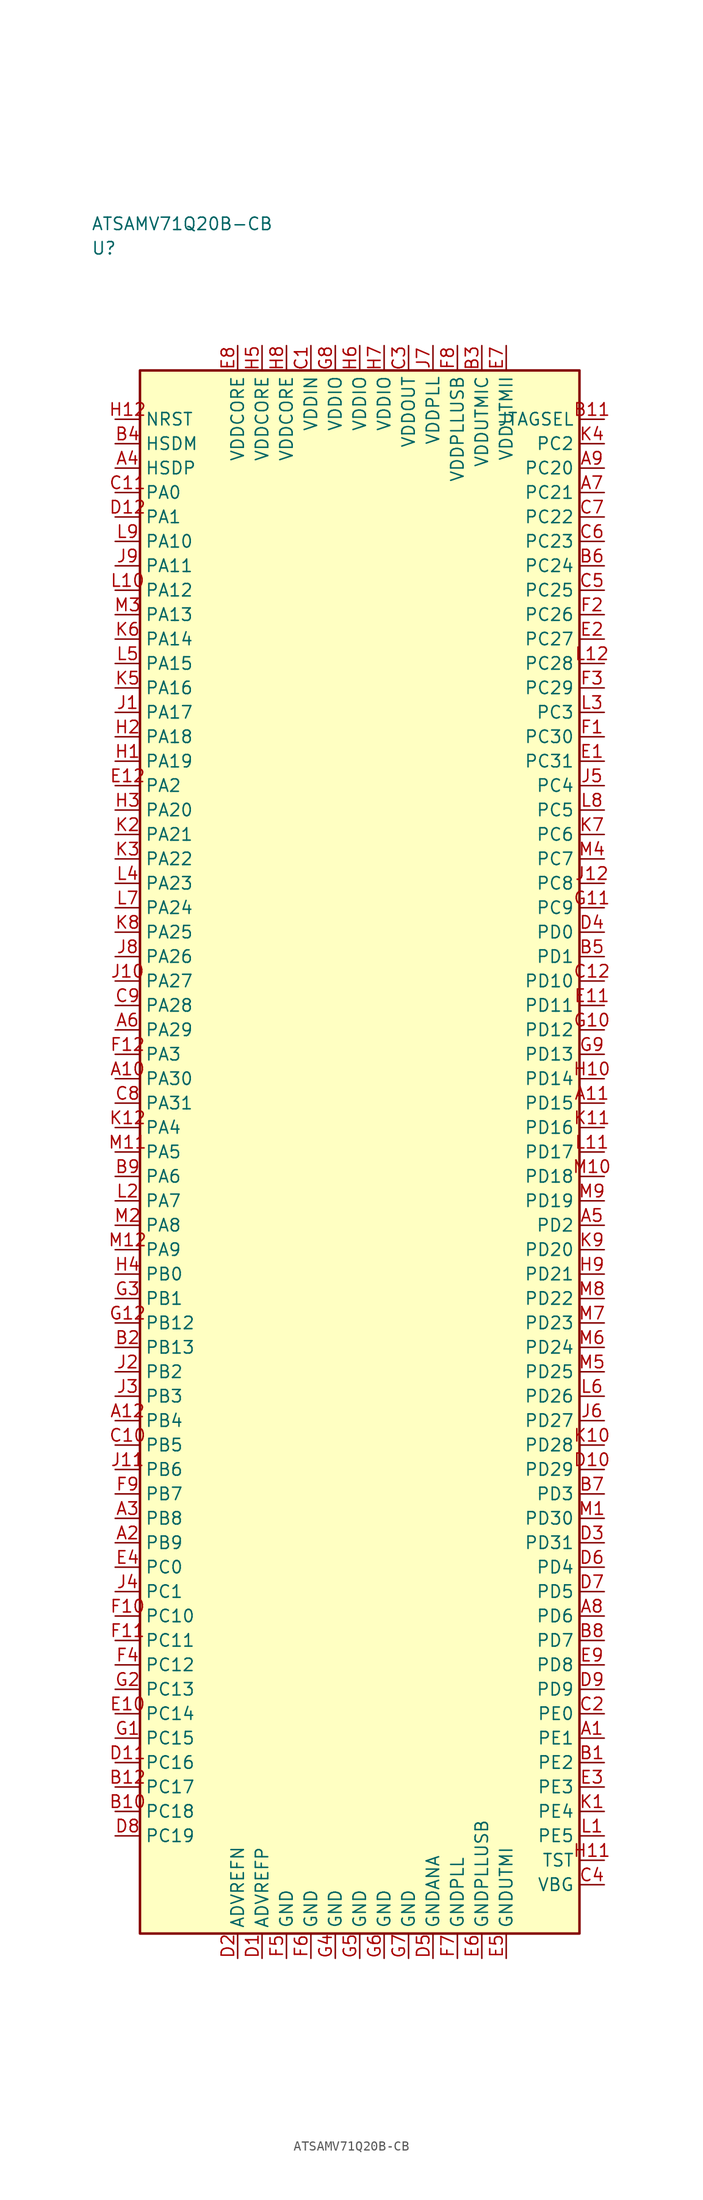
<source format=kicad_sym>
(kicad_symbol_lib
  (version 20241025)
  (generator "kicad_symbol_editor")
  (generator_version "8.0")
  (symbol "ATSAMV71Q20B-CB"
    (property "Reference" "U"
      (at -27.5 92.5 0)
      (effects (font (size 1.27 1.27)) (justify left)))
    (property "Value" "ATSAMV71Q20B-CB"
      (at -27.5 95.0 0)
      (effects (font (size 1.27 1.27)) (justify left)))
    (symbol "ATSAMV71Q20B-CB_0_1"
      (rectangle (start -22.5 80.0) (end 22.5 -80.0) (stroke (width 0.254) (type default)) (fill (type background))))
    (symbol "ATSAMV71Q20B-CB_1_1"
      (pin bidirectional line (at 25.04 -60.0 180.0) (length 2.54) (name "PE1" (effects (font (size 1.27 1.27)))) (number "A1" (effects (font (size 1.27 1.27)))))
      (pin bidirectional line (at -25.04 -40.0 0.0) (length 2.54) (name "PB9" (effects (font (size 1.27 1.27)))) (number "A2" (effects (font (size 1.27 1.27)))))
      (pin bidirectional line (at -25.04 -37.5 0.0) (length 2.54) (name "PB8" (effects (font (size 1.27 1.27)))) (number "A3" (effects (font (size 1.27 1.27)))))
      (pin bidirectional line (at -25.04 70.0 0.0) (length 2.54) (name "HSDP" (effects (font (size 1.27 1.27)))) (number "A4" (effects (font (size 1.27 1.27)))))
      (pin bidirectional line (at 25.04 -7.5 180.0) (length 2.54) (name "PD2" (effects (font (size 1.27 1.27)))) (number "A5" (effects (font (size 1.27 1.27)))))
      (pin bidirectional line (at -25.04 12.5 0.0) (length 2.54) (name "PA29" (effects (font (size 1.27 1.27)))) (number "A6" (effects (font (size 1.27 1.27)))))
      (pin bidirectional line (at 25.04 67.5 180.0) (length 2.54) (name "PC21" (effects (font (size 1.27 1.27)))) (number "A7" (effects (font (size 1.27 1.27)))))
      (pin bidirectional line (at 25.04 -47.5 180.0) (length 2.54) (name "PD6" (effects (font (size 1.27 1.27)))) (number "A8" (effects (font (size 1.27 1.27)))))
      (pin bidirectional line (at 25.04 70.0 180.0) (length 2.54) (name "PC20" (effects (font (size 1.27 1.27)))) (number "A9" (effects (font (size 1.27 1.27)))))
      (pin bidirectional line (at -25.04 7.5 0.0) (length 2.54) (name "PA30" (effects (font (size 1.27 1.27)))) (number "A10" (effects (font (size 1.27 1.27)))))
      (pin bidirectional line (at 25.04 5.0 180.0) (length 2.54) (name "PD15" (effects (font (size 1.27 1.27)))) (number "A11" (effects (font (size 1.27 1.27)))))
      (pin bidirectional line (at -25.04 -27.5 0.0) (length 2.54) (name "PB4" (effects (font (size 1.27 1.27)))) (number "A12" (effects (font (size 1.27 1.27)))))
      (pin bidirectional line (at 25.04 -62.5 180.0) (length 2.54) (name "PE2" (effects (font (size 1.27 1.27)))) (number "B1" (effects (font (size 1.27 1.27)))))
      (pin bidirectional line (at -25.04 -20.0 0.0) (length 2.54) (name "PB13" (effects (font (size 1.27 1.27)))) (number "B2" (effects (font (size 1.27 1.27)))))
      (pin power_in line (at 12.5 82.54 270.0) (length 2.54) (name "VDDUTMIC" (effects (font (size 1.27 1.27)))) (number "B3" (effects (font (size 1.27 1.27)))))
      (pin bidirectional line (at -25.04 72.5 0.0) (length 2.54) (name "HSDM" (effects (font (size 1.27 1.27)))) (number "B4" (effects (font (size 1.27 1.27)))))
      (pin bidirectional line (at 25.04 20.0 180.0) (length 2.54) (name "PD1" (effects (font (size 1.27 1.27)))) (number "B5" (effects (font (size 1.27 1.27)))))
      (pin bidirectional line (at 25.04 60.0 180.0) (length 2.54) (name "PC24" (effects (font (size 1.27 1.27)))) (number "B6" (effects (font (size 1.27 1.27)))))
      (pin bidirectional line (at 25.04 -35.0 180.0) (length 2.54) (name "PD3" (effects (font (size 1.27 1.27)))) (number "B7" (effects (font (size 1.27 1.27)))))
      (pin bidirectional line (at 25.04 -50.0 180.0) (length 2.54) (name "PD7" (effects (font (size 1.27 1.27)))) (number "B8" (effects (font (size 1.27 1.27)))))
      (pin bidirectional line (at -25.04 -2.5 0.0) (length 2.54) (name "PA6" (effects (font (size 1.27 1.27)))) (number "B9" (effects (font (size 1.27 1.27)))))
      (pin bidirectional line (at -25.04 -67.5 0.0) (length 2.54) (name "PC18" (effects (font (size 1.27 1.27)))) (number "B10" (effects (font (size 1.27 1.27)))))
      (pin output line (at 25.04 75.0 180.0) (length 2.54) (name "JTAGSEL" (effects (font (size 1.27 1.27)))) (number "B11" (effects (font (size 1.27 1.27)))))
      (pin bidirectional line (at -25.04 -65.0 0.0) (length 2.54) (name "PC17" (effects (font (size 1.27 1.27)))) (number "B12" (effects (font (size 1.27 1.27)))))
      (pin power_in line (at -5.0 82.54 270.0) (length 2.54) (name "VDDIN" (effects (font (size 1.27 1.27)))) (number "C1" (effects (font (size 1.27 1.27)))))
      (pin bidirectional line (at 25.04 -57.5 180.0) (length 2.54) (name "PE0" (effects (font (size 1.27 1.27)))) (number "C2" (effects (font (size 1.27 1.27)))))
      (pin power_in line (at 5.0 82.54 270.0) (length 2.54) (name "VDDOUT" (effects (font (size 1.27 1.27)))) (number "C3" (effects (font (size 1.27 1.27)))))
      (pin bidirectional line (at 25.04 -75.0 180.0) (length 2.54) (name "VBG" (effects (font (size 1.27 1.27)))) (number "C4" (effects (font (size 1.27 1.27)))))
      (pin bidirectional line (at 25.04 57.5 180.0) (length 2.54) (name "PC25" (effects (font (size 1.27 1.27)))) (number "C5" (effects (font (size 1.27 1.27)))))
      (pin bidirectional line (at 25.04 62.5 180.0) (length 2.54) (name "PC23" (effects (font (size 1.27 1.27)))) (number "C6" (effects (font (size 1.27 1.27)))))
      (pin bidirectional line (at 25.04 65.0 180.0) (length 2.54) (name "PC22" (effects (font (size 1.27 1.27)))) (number "C7" (effects (font (size 1.27 1.27)))))
      (pin bidirectional line (at -25.04 5.0 0.0) (length 2.54) (name "PA31" (effects (font (size 1.27 1.27)))) (number "C8" (effects (font (size 1.27 1.27)))))
      (pin bidirectional line (at -25.04 15.0 0.0) (length 2.54) (name "PA28" (effects (font (size 1.27 1.27)))) (number "C9" (effects (font (size 1.27 1.27)))))
      (pin bidirectional line (at -25.04 -30.0 0.0) (length 2.54) (name "PB5" (effects (font (size 1.27 1.27)))) (number "C10" (effects (font (size 1.27 1.27)))))
      (pin bidirectional line (at -25.04 67.5 0.0) (length 2.54) (name "PA0" (effects (font (size 1.27 1.27)))) (number "C11" (effects (font (size 1.27 1.27)))))
      (pin bidirectional line (at 25.04 17.5 180.0) (length 2.54) (name "PD10" (effects (font (size 1.27 1.27)))) (number "C12" (effects (font (size 1.27 1.27)))))
      (pin passive line (at -10.0 -82.54 90.0) (length 2.54) (name "ADVREFP" (effects (font (size 1.27 1.27)))) (number "D1" (effects (font (size 1.27 1.27)))))
      (pin passive line (at -12.5 -82.54 90.0) (length 2.54) (name "ADVREFN" (effects (font (size 1.27 1.27)))) (number "D2" (effects (font (size 1.27 1.27)))))
      (pin bidirectional line (at 25.04 -40.0 180.0) (length 2.54) (name "PD31" (effects (font (size 1.27 1.27)))) (number "D3" (effects (font (size 1.27 1.27)))))
      (pin bidirectional line (at 25.04 22.5 180.0) (length 2.54) (name "PD0" (effects (font (size 1.27 1.27)))) (number "D4" (effects (font (size 1.27 1.27)))))
      (pin passive line (at 7.5 -82.54 90.0) (length 2.54) (name "GNDANA" (effects (font (size 1.27 1.27)))) (number "D5" (effects (font (size 1.27 1.27)))))
      (pin bidirectional line (at 25.04 -42.5 180.0) (length 2.54) (name "PD4" (effects (font (size 1.27 1.27)))) (number "D6" (effects (font (size 1.27 1.27)))))
      (pin bidirectional line (at 25.04 -45.0 180.0) (length 2.54) (name "PD5" (effects (font (size 1.27 1.27)))) (number "D7" (effects (font (size 1.27 1.27)))))
      (pin bidirectional line (at -25.04 -70.0 0.0) (length 2.54) (name "PC19" (effects (font (size 1.27 1.27)))) (number "D8" (effects (font (size 1.27 1.27)))))
      (pin bidirectional line (at 25.04 -55.0 180.0) (length 2.54) (name "PD9" (effects (font (size 1.27 1.27)))) (number "D9" (effects (font (size 1.27 1.27)))))
      (pin bidirectional line (at 25.04 -32.5 180.0) (length 2.54) (name "PD29" (effects (font (size 1.27 1.27)))) (number "D10" (effects (font (size 1.27 1.27)))))
      (pin bidirectional line (at -25.04 -62.5 0.0) (length 2.54) (name "PC16" (effects (font (size 1.27 1.27)))) (number "D11" (effects (font (size 1.27 1.27)))))
      (pin bidirectional line (at -25.04 65.0 0.0) (length 2.54) (name "PA1" (effects (font (size 1.27 1.27)))) (number "D12" (effects (font (size 1.27 1.27)))))
      (pin bidirectional line (at 25.04 40.0 180.0) (length 2.54) (name "PC31" (effects (font (size 1.27 1.27)))) (number "E1" (effects (font (size 1.27 1.27)))))
      (pin bidirectional line (at 25.04 52.5 180.0) (length 2.54) (name "PC27" (effects (font (size 1.27 1.27)))) (number "E2" (effects (font (size 1.27 1.27)))))
      (pin bidirectional line (at 25.04 -65.0 180.0) (length 2.54) (name "PE3" (effects (font (size 1.27 1.27)))) (number "E3" (effects (font (size 1.27 1.27)))))
      (pin bidirectional line (at -25.04 -42.5 0.0) (length 2.54) (name "PC0" (effects (font (size 1.27 1.27)))) (number "E4" (effects (font (size 1.27 1.27)))))
      (pin passive line (at 15.0 -82.54 90.0) (length 2.54) (name "GNDUTMI" (effects (font (size 1.27 1.27)))) (number "E5" (effects (font (size 1.27 1.27)))))
      (pin passive line (at 12.5 -82.54 90.0) (length 2.54) (name "GNDPLLUSB" (effects (font (size 1.27 1.27)))) (number "E6" (effects (font (size 1.27 1.27)))))
      (pin power_in line (at 15.0 82.54 270.0) (length 2.54) (name "VDDUTMII" (effects (font (size 1.27 1.27)))) (number "E7" (effects (font (size 1.27 1.27)))))
      (pin power_in line (at -12.5 82.54 270.0) (length 2.54) (name "VDDCORE" (effects (font (size 1.27 1.27)))) (number "E8" (effects (font (size 1.27 1.27)))))
      (pin bidirectional line (at 25.04 -52.5 180.0) (length 2.54) (name "PD8" (effects (font (size 1.27 1.27)))) (number "E9" (effects (font (size 1.27 1.27)))))
      (pin bidirectional line (at -25.04 -57.5 0.0) (length 2.54) (name "PC14" (effects (font (size 1.27 1.27)))) (number "E10" (effects (font (size 1.27 1.27)))))
      (pin bidirectional line (at 25.04 15.0 180.0) (length 2.54) (name "PD11" (effects (font (size 1.27 1.27)))) (number "E11" (effects (font (size 1.27 1.27)))))
      (pin bidirectional line (at -25.04 37.5 0.0) (length 2.54) (name "PA2" (effects (font (size 1.27 1.27)))) (number "E12" (effects (font (size 1.27 1.27)))))
      (pin bidirectional line (at 25.04 42.5 180.0) (length 2.54) (name "PC30" (effects (font (size 1.27 1.27)))) (number "F1" (effects (font (size 1.27 1.27)))))
      (pin bidirectional line (at 25.04 55.0 180.0) (length 2.54) (name "PC26" (effects (font (size 1.27 1.27)))) (number "F2" (effects (font (size 1.27 1.27)))))
      (pin bidirectional line (at 25.04 47.5 180.0) (length 2.54) (name "PC29" (effects (font (size 1.27 1.27)))) (number "F3" (effects (font (size 1.27 1.27)))))
      (pin bidirectional line (at -25.04 -52.5 0.0) (length 2.54) (name "PC12" (effects (font (size 1.27 1.27)))) (number "F4" (effects (font (size 1.27 1.27)))))
      (pin passive line (at -7.5 -82.54 90.0) (length 2.54) (name "GND" (effects (font (size 1.27 1.27)))) (number "F5" (effects (font (size 1.27 1.27)))))
      (pin passive line (at -5.0 -82.54 90.0) (length 2.54) (name "GND" (effects (font (size 1.27 1.27)))) (number "F6" (effects (font (size 1.27 1.27)))))
      (pin passive line (at 10.0 -82.54 90.0) (length 2.54) (name "GNDPLL" (effects (font (size 1.27 1.27)))) (number "F7" (effects (font (size 1.27 1.27)))))
      (pin power_in line (at 10.0 82.54 270.0) (length 2.54) (name "VDDPLLUSB" (effects (font (size 1.27 1.27)))) (number "F8" (effects (font (size 1.27 1.27)))))
      (pin bidirectional line (at -25.04 -35.0 0.0) (length 2.54) (name "PB7" (effects (font (size 1.27 1.27)))) (number "F9" (effects (font (size 1.27 1.27)))))
      (pin bidirectional line (at -25.04 -47.5 0.0) (length 2.54) (name "PC10" (effects (font (size 1.27 1.27)))) (number "F10" (effects (font (size 1.27 1.27)))))
      (pin bidirectional line (at -25.04 -50.0 0.0) (length 2.54) (name "PC11" (effects (font (size 1.27 1.27)))) (number "F11" (effects (font (size 1.27 1.27)))))
      (pin bidirectional line (at -25.04 10.0 0.0) (length 2.54) (name "PA3" (effects (font (size 1.27 1.27)))) (number "F12" (effects (font (size 1.27 1.27)))))
      (pin bidirectional line (at -25.04 -60.0 0.0) (length 2.54) (name "PC15" (effects (font (size 1.27 1.27)))) (number "G1" (effects (font (size 1.27 1.27)))))
      (pin bidirectional line (at -25.04 -55.0 0.0) (length 2.54) (name "PC13" (effects (font (size 1.27 1.27)))) (number "G2" (effects (font (size 1.27 1.27)))))
      (pin bidirectional line (at -25.04 -15.0 0.0) (length 2.54) (name "PB1" (effects (font (size 1.27 1.27)))) (number "G3" (effects (font (size 1.27 1.27)))))
      (pin passive line (at -2.5 -82.54 90.0) (length 2.54) (name "GND" (effects (font (size 1.27 1.27)))) (number "G4" (effects (font (size 1.27 1.27)))))
      (pin passive line (at 0.0 -82.54 90.0) (length 2.54) (name "GND" (effects (font (size 1.27 1.27)))) (number "G5" (effects (font (size 1.27 1.27)))))
      (pin passive line (at 2.5 -82.54 90.0) (length 2.54) (name "GND" (effects (font (size 1.27 1.27)))) (number "G6" (effects (font (size 1.27 1.27)))))
      (pin passive line (at 5.0 -82.54 90.0) (length 2.54) (name "GND" (effects (font (size 1.27 1.27)))) (number "G7" (effects (font (size 1.27 1.27)))))
      (pin power_in line (at -2.5 82.54 270.0) (length 2.54) (name "VDDIO" (effects (font (size 1.27 1.27)))) (number "G8" (effects (font (size 1.27 1.27)))))
      (pin bidirectional line (at 25.04 10.0 180.0) (length 2.54) (name "PD13" (effects (font (size 1.27 1.27)))) (number "G9" (effects (font (size 1.27 1.27)))))
      (pin bidirectional line (at 25.04 12.5 180.0) (length 2.54) (name "PD12" (effects (font (size 1.27 1.27)))) (number "G10" (effects (font (size 1.27 1.27)))))
      (pin bidirectional line (at 25.04 25.0 180.0) (length 2.54) (name "PC9" (effects (font (size 1.27 1.27)))) (number "G11" (effects (font (size 1.27 1.27)))))
      (pin bidirectional line (at -25.04 -17.5 0.0) (length 2.54) (name "PB12" (effects (font (size 1.27 1.27)))) (number "G12" (effects (font (size 1.27 1.27)))))
      (pin bidirectional line (at -25.04 40.0 0.0) (length 2.54) (name "PA19" (effects (font (size 1.27 1.27)))) (number "H1" (effects (font (size 1.27 1.27)))))
      (pin bidirectional line (at -25.04 42.5 0.0) (length 2.54) (name "PA18" (effects (font (size 1.27 1.27)))) (number "H2" (effects (font (size 1.27 1.27)))))
      (pin bidirectional line (at -25.04 35.0 0.0) (length 2.54) (name "PA20" (effects (font (size 1.27 1.27)))) (number "H3" (effects (font (size 1.27 1.27)))))
      (pin bidirectional line (at -25.04 -12.5 0.0) (length 2.54) (name "PB0" (effects (font (size 1.27 1.27)))) (number "H4" (effects (font (size 1.27 1.27)))))
      (pin power_in line (at -10.0 82.54 270.0) (length 2.54) (name "VDDCORE" (effects (font (size 1.27 1.27)))) (number "H5" (effects (font (size 1.27 1.27)))))
      (pin power_in line (at 0.0 82.54 270.0) (length 2.54) (name "VDDIO" (effects (font (size 1.27 1.27)))) (number "H6" (effects (font (size 1.27 1.27)))))
      (pin power_in line (at 2.5 82.54 270.0) (length 2.54) (name "VDDIO" (effects (font (size 1.27 1.27)))) (number "H7" (effects (font (size 1.27 1.27)))))
      (pin power_in line (at -7.5 82.54 270.0) (length 2.54) (name "VDDCORE" (effects (font (size 1.27 1.27)))) (number "H8" (effects (font (size 1.27 1.27)))))
      (pin bidirectional line (at 25.04 -12.5 180.0) (length 2.54) (name "PD21" (effects (font (size 1.27 1.27)))) (number "H9" (effects (font (size 1.27 1.27)))))
      (pin bidirectional line (at 25.04 7.5 180.0) (length 2.54) (name "PD14" (effects (font (size 1.27 1.27)))) (number "H10" (effects (font (size 1.27 1.27)))))
      (pin bidirectional line (at 25.04 -72.5 180.0) (length 2.54) (name "TST" (effects (font (size 1.27 1.27)))) (number "H11" (effects (font (size 1.27 1.27)))))
      (pin input line (at -25.04 75.0 0.0) (length 2.54) (name "NRST" (effects (font (size 1.27 1.27)))) (number "H12" (effects (font (size 1.27 1.27)))))
      (pin bidirectional line (at -25.04 45.0 0.0) (length 2.54) (name "PA17" (effects (font (size 1.27 1.27)))) (number "J1" (effects (font (size 1.27 1.27)))))
      (pin bidirectional line (at -25.04 -22.5 0.0) (length 2.54) (name "PB2" (effects (font (size 1.27 1.27)))) (number "J2" (effects (font (size 1.27 1.27)))))
      (pin bidirectional line (at -25.04 -25.0 0.0) (length 2.54) (name "PB3" (effects (font (size 1.27 1.27)))) (number "J3" (effects (font (size 1.27 1.27)))))
      (pin bidirectional line (at -25.04 -45.0 0.0) (length 2.54) (name "PC1" (effects (font (size 1.27 1.27)))) (number "J4" (effects (font (size 1.27 1.27)))))
      (pin bidirectional line (at 25.04 37.5 180.0) (length 2.54) (name "PC4" (effects (font (size 1.27 1.27)))) (number "J5" (effects (font (size 1.27 1.27)))))
      (pin bidirectional line (at 25.04 -27.5 180.0) (length 2.54) (name "PD27" (effects (font (size 1.27 1.27)))) (number "J6" (effects (font (size 1.27 1.27)))))
      (pin power_in line (at 7.5 82.54 270.0) (length 2.54) (name "VDDPLL" (effects (font (size 1.27 1.27)))) (number "J7" (effects (font (size 1.27 1.27)))))
      (pin bidirectional line (at -25.04 20.0 0.0) (length 2.54) (name "PA26" (effects (font (size 1.27 1.27)))) (number "J8" (effects (font (size 1.27 1.27)))))
      (pin bidirectional line (at -25.04 60.0 0.0) (length 2.54) (name "PA11" (effects (font (size 1.27 1.27)))) (number "J9" (effects (font (size 1.27 1.27)))))
      (pin bidirectional line (at -25.04 17.5 0.0) (length 2.54) (name "PA27" (effects (font (size 1.27 1.27)))) (number "J10" (effects (font (size 1.27 1.27)))))
      (pin bidirectional line (at -25.04 -32.5 0.0) (length 2.54) (name "PB6" (effects (font (size 1.27 1.27)))) (number "J11" (effects (font (size 1.27 1.27)))))
      (pin bidirectional line (at 25.04 27.5 180.0) (length 2.54) (name "PC8" (effects (font (size 1.27 1.27)))) (number "J12" (effects (font (size 1.27 1.27)))))
      (pin bidirectional line (at 25.04 -67.5 180.0) (length 2.54) (name "PE4" (effects (font (size 1.27 1.27)))) (number "K1" (effects (font (size 1.27 1.27)))))
      (pin bidirectional line (at -25.04 32.5 0.0) (length 2.54) (name "PA21" (effects (font (size 1.27 1.27)))) (number "K2" (effects (font (size 1.27 1.27)))))
      (pin bidirectional line (at -25.04 30.0 0.0) (length 2.54) (name "PA22" (effects (font (size 1.27 1.27)))) (number "K3" (effects (font (size 1.27 1.27)))))
      (pin bidirectional line (at 25.04 72.5 180.0) (length 2.54) (name "PC2" (effects (font (size 1.27 1.27)))) (number "K4" (effects (font (size 1.27 1.27)))))
      (pin bidirectional line (at -25.04 47.5 0.0) (length 2.54) (name "PA16" (effects (font (size 1.27 1.27)))) (number "K5" (effects (font (size 1.27 1.27)))))
      (pin bidirectional line (at -25.04 52.5 0.0) (length 2.54) (name "PA14" (effects (font (size 1.27 1.27)))) (number "K6" (effects (font (size 1.27 1.27)))))
      (pin bidirectional line (at 25.04 32.5 180.0) (length 2.54) (name "PC6" (effects (font (size 1.27 1.27)))) (number "K7" (effects (font (size 1.27 1.27)))))
      (pin bidirectional line (at -25.04 22.5 0.0) (length 2.54) (name "PA25" (effects (font (size 1.27 1.27)))) (number "K8" (effects (font (size 1.27 1.27)))))
      (pin bidirectional line (at 25.04 -10.0 180.0) (length 2.54) (name "PD20" (effects (font (size 1.27 1.27)))) (number "K9" (effects (font (size 1.27 1.27)))))
      (pin bidirectional line (at 25.04 -30.0 180.0) (length 2.54) (name "PD28" (effects (font (size 1.27 1.27)))) (number "K10" (effects (font (size 1.27 1.27)))))
      (pin bidirectional line (at 25.04 2.5 180.0) (length 2.54) (name "PD16" (effects (font (size 1.27 1.27)))) (number "K11" (effects (font (size 1.27 1.27)))))
      (pin bidirectional line (at -25.04 2.5 0.0) (length 2.54) (name "PA4" (effects (font (size 1.27 1.27)))) (number "K12" (effects (font (size 1.27 1.27)))))
      (pin bidirectional line (at 25.04 -70.0 180.0) (length 2.54) (name "PE5" (effects (font (size 1.27 1.27)))) (number "L1" (effects (font (size 1.27 1.27)))))
      (pin bidirectional line (at -25.04 -5.0 0.0) (length 2.54) (name "PA7" (effects (font (size 1.27 1.27)))) (number "L2" (effects (font (size 1.27 1.27)))))
      (pin bidirectional line (at 25.04 45.0 180.0) (length 2.54) (name "PC3" (effects (font (size 1.27 1.27)))) (number "L3" (effects (font (size 1.27 1.27)))))
      (pin bidirectional line (at -25.04 27.5 0.0) (length 2.54) (name "PA23" (effects (font (size 1.27 1.27)))) (number "L4" (effects (font (size 1.27 1.27)))))
      (pin bidirectional line (at -25.04 50.0 0.0) (length 2.54) (name "PA15" (effects (font (size 1.27 1.27)))) (number "L5" (effects (font (size 1.27 1.27)))))
      (pin bidirectional line (at 25.04 -25.0 180.0) (length 2.54) (name "PD26" (effects (font (size 1.27 1.27)))) (number "L6" (effects (font (size 1.27 1.27)))))
      (pin bidirectional line (at -25.04 25.0 0.0) (length 2.54) (name "PA24" (effects (font (size 1.27 1.27)))) (number "L7" (effects (font (size 1.27 1.27)))))
      (pin bidirectional line (at 25.04 35.0 180.0) (length 2.54) (name "PC5" (effects (font (size 1.27 1.27)))) (number "L8" (effects (font (size 1.27 1.27)))))
      (pin bidirectional line (at -25.04 62.5 0.0) (length 2.54) (name "PA10" (effects (font (size 1.27 1.27)))) (number "L9" (effects (font (size 1.27 1.27)))))
      (pin bidirectional line (at -25.04 57.5 0.0) (length 2.54) (name "PA12" (effects (font (size 1.27 1.27)))) (number "L10" (effects (font (size 1.27 1.27)))))
      (pin bidirectional line (at 25.04 0.0 180.0) (length 2.54) (name "PD17" (effects (font (size 1.27 1.27)))) (number "L11" (effects (font (size 1.27 1.27)))))
      (pin bidirectional line (at 25.04 50.0 180.0) (length 2.54) (name "PC28" (effects (font (size 1.27 1.27)))) (number "L12" (effects (font (size 1.27 1.27)))))
      (pin bidirectional line (at 25.04 -37.5 180.0) (length 2.54) (name "PD30" (effects (font (size 1.27 1.27)))) (number "M1" (effects (font (size 1.27 1.27)))))
      (pin bidirectional line (at -25.04 -7.5 0.0) (length 2.54) (name "PA8" (effects (font (size 1.27 1.27)))) (number "M2" (effects (font (size 1.27 1.27)))))
      (pin bidirectional line (at -25.04 55.0 0.0) (length 2.54) (name "PA13" (effects (font (size 1.27 1.27)))) (number "M3" (effects (font (size 1.27 1.27)))))
      (pin bidirectional line (at 25.04 30.0 180.0) (length 2.54) (name "PC7" (effects (font (size 1.27 1.27)))) (number "M4" (effects (font (size 1.27 1.27)))))
      (pin bidirectional line (at 25.04 -22.5 180.0) (length 2.54) (name "PD25" (effects (font (size 1.27 1.27)))) (number "M5" (effects (font (size 1.27 1.27)))))
      (pin bidirectional line (at 25.04 -20.0 180.0) (length 2.54) (name "PD24" (effects (font (size 1.27 1.27)))) (number "M6" (effects (font (size 1.27 1.27)))))
      (pin bidirectional line (at 25.04 -17.5 180.0) (length 2.54) (name "PD23" (effects (font (size 1.27 1.27)))) (number "M7" (effects (font (size 1.27 1.27)))))
      (pin bidirectional line (at 25.04 -15.0 180.0) (length 2.54) (name "PD22" (effects (font (size 1.27 1.27)))) (number "M8" (effects (font (size 1.27 1.27)))))
      (pin bidirectional line (at 25.04 -5.0 180.0) (length 2.54) (name "PD19" (effects (font (size 1.27 1.27)))) (number "M9" (effects (font (size 1.27 1.27)))))
      (pin bidirectional line (at 25.04 -2.5 180.0) (length 2.54) (name "PD18" (effects (font (size 1.27 1.27)))) (number "M10" (effects (font (size 1.27 1.27)))))
      (pin bidirectional line (at -25.04 0.0 0.0) (length 2.54) (name "PA5" (effects (font (size 1.27 1.27)))) (number "M11" (effects (font (size 1.27 1.27)))))
      (pin bidirectional line (at -25.04 -10.0 0.0) (length 2.54) (name "PA9" (effects (font (size 1.27 1.27)))) (number "M12" (effects (font (size 1.27 1.27))))))))
</source>
